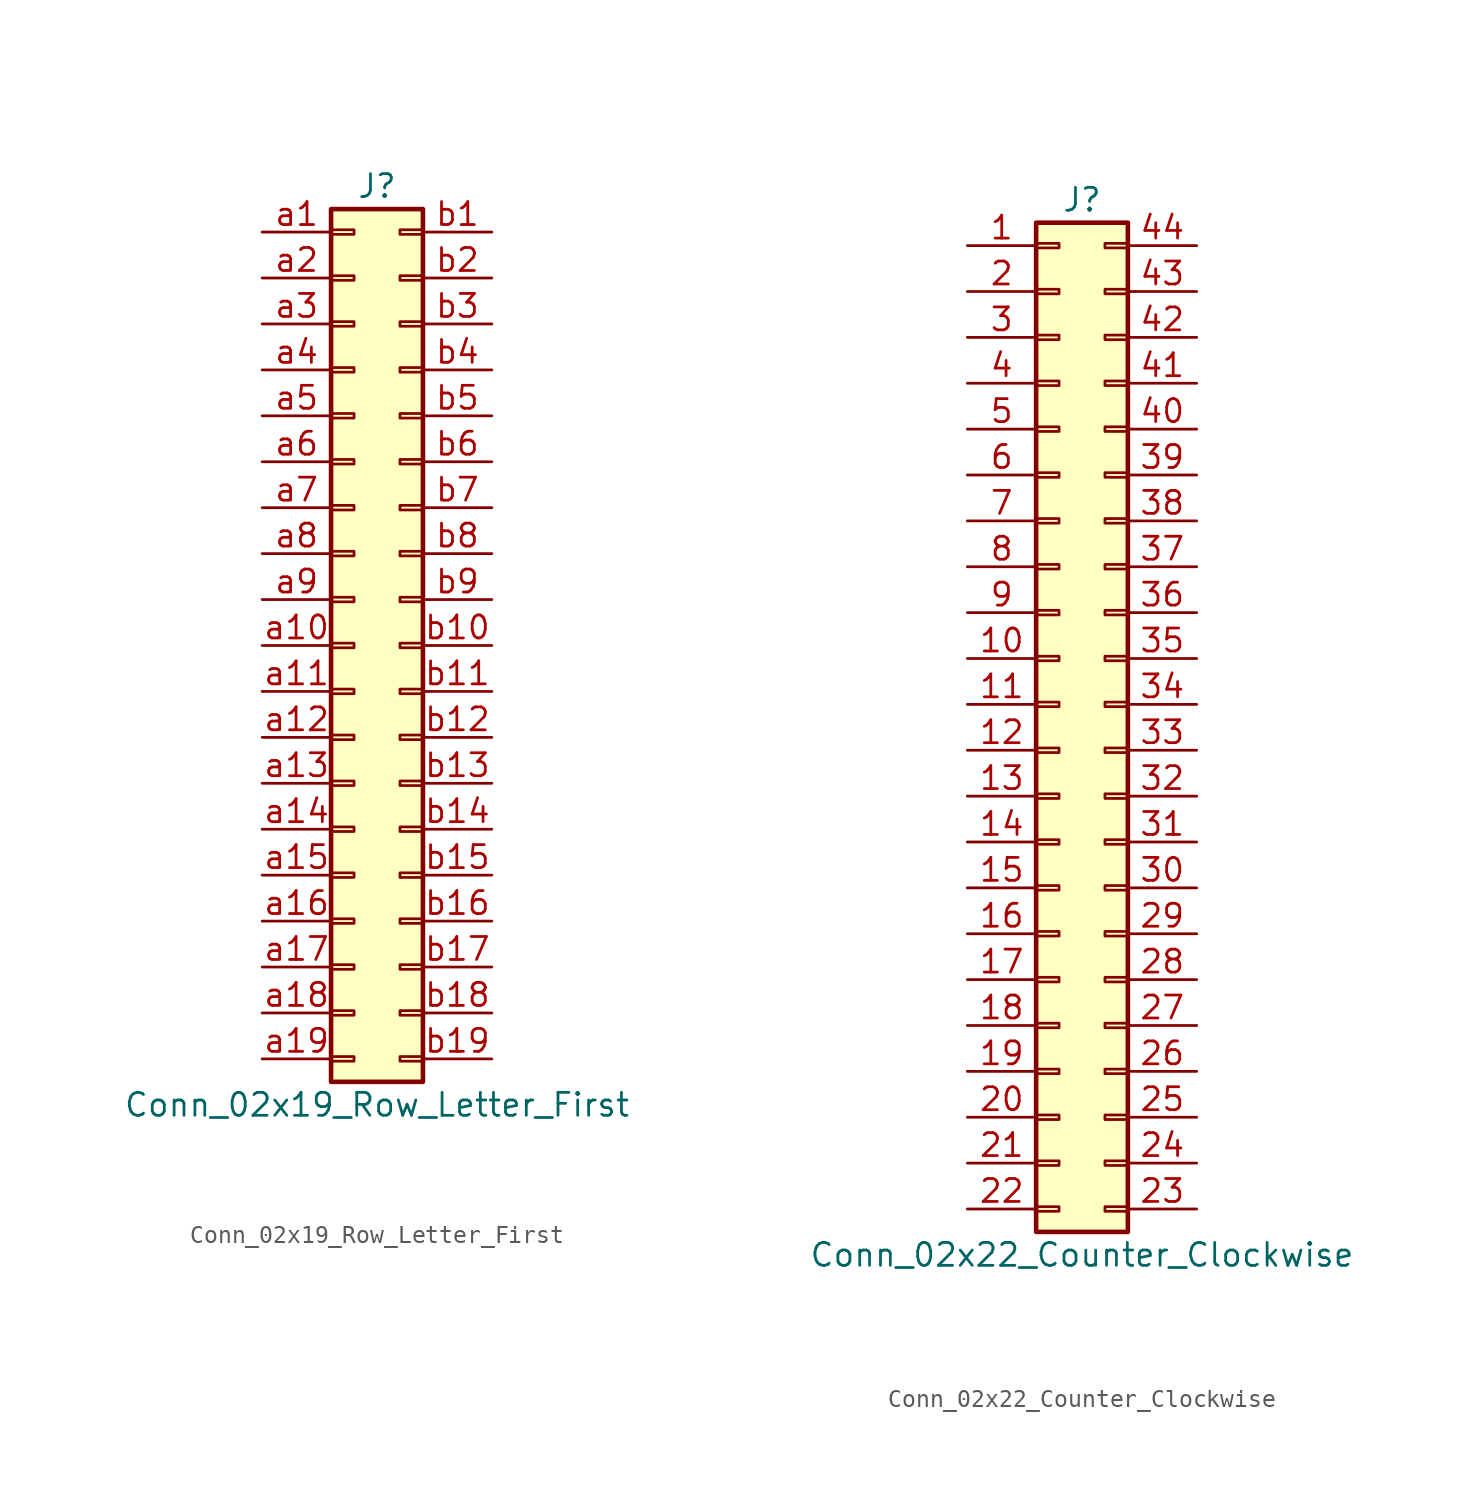
<source format=kicad_sym>
(kicad_symbol_lib
  (version 20201005)
  (generator kicad_symbol_editor)
  (symbol "Connector_Generic:Conn_02x19_Row_Letter_First"
    (pin_names
      (offset 1.016) hide)
    (property "Reference" "J"
      (at 1.27 25.4 0)
      (effects (font (size 1.27 1.27))))
    (property "Value" "Conn_02x19_Row_Letter_First"
      (at 1.27 -25.4 0)
      (effects (font (size 1.27 1.27))))
    (symbol "Conn_02x19_Row_Letter_First_1_1"
      (rectangle (start -1.27 -4.953) (end 0 -5.207) (stroke (width 0.152)) (fill (type none)))
      (rectangle (start -1.27 -7.493) (end 0 -7.747) (stroke (width 0.152)) (fill (type none)))
      (rectangle (start -1.27 -10.033) (end 0 -10.287) (stroke (width 0.152)) (fill (type none)))
      (rectangle (start -1.27 -12.573) (end 0 -12.827) (stroke (width 0.152)) (fill (type none)))
      (rectangle (start -1.27 -15.113) (end 0 -15.367) (stroke (width 0.152)) (fill (type none)))
      (rectangle (start -1.27 -17.653) (end 0 -17.907) (stroke (width 0.152)) (fill (type none)))
      (rectangle (start -1.27 -20.193) (end 0 -20.447) (stroke (width 0.152)) (fill (type none)))
      (rectangle (start -1.27 -22.733) (end 0 -22.987) (stroke (width 0.152)) (fill (type none)))
      (rectangle (start -1.27 -2.413) (end 0 -2.667) (stroke (width 0.152)) (fill (type none)))
      (rectangle (start -1.27 2.667) (end 0 2.413) (stroke (width 0.152)) (fill (type none)))
      (rectangle (start -1.27 5.207) (end 0 4.953) (stroke (width 0.152)) (fill (type none)))
      (rectangle (start -1.27 7.747) (end 0 7.493) (stroke (width 0.152)) (fill (type none)))
      (rectangle (start -1.27 10.287) (end 0 10.033) (stroke (width 0.152)) (fill (type none)))
      (rectangle (start -1.27 0.127) (end 0 -0.127) (stroke (width 0.152)) (fill (type none)))
      (rectangle (start -1.27 12.827) (end 0 12.573) (stroke (width 0.152)) (fill (type none)))
      (rectangle (start -1.27 15.367) (end 0 15.113) (stroke (width 0.152)) (fill (type none)))
      (rectangle (start -1.27 17.907) (end 0 17.653) (stroke (width 0.152)) (fill (type none)))
      (rectangle (start -1.27 20.447) (end 0 20.193) (stroke (width 0.152)) (fill (type none)))
      (rectangle (start -1.27 22.987) (end 0 22.733) (stroke (width 0.152)) (fill (type none)))
      (rectangle (start -1.27 24.13) (end 3.81 -24.13) (stroke (width 0.254)) (fill (type background)))
      (rectangle (start 3.81 -4.953) (end 2.54 -5.207) (stroke (width 0.152)) (fill (type none)))
      (rectangle (start 3.81 -7.493) (end 2.54 -7.747) (stroke (width 0.152)) (fill (type none)))
      (rectangle (start 3.81 -10.033) (end 2.54 -10.287) (stroke (width 0.152)) (fill (type none)))
      (rectangle (start 3.81 -12.573) (end 2.54 -12.827) (stroke (width 0.152)) (fill (type none)))
      (rectangle (start 3.81 -15.113) (end 2.54 -15.367) (stroke (width 0.152)) (fill (type none)))
      (rectangle (start 3.81 -17.653) (end 2.54 -17.907) (stroke (width 0.152)) (fill (type none)))
      (rectangle (start 3.81 -20.193) (end 2.54 -20.447) (stroke (width 0.152)) (fill (type none)))
      (rectangle (start 3.81 -22.733) (end 2.54 -22.987) (stroke (width 0.152)) (fill (type none)))
      (rectangle (start 3.81 -2.413) (end 2.54 -2.667) (stroke (width 0.152)) (fill (type none)))
      (rectangle (start 3.81 2.667) (end 2.54 2.413) (stroke (width 0.152)) (fill (type none)))
      (rectangle (start 3.81 5.207) (end 2.54 4.953) (stroke (width 0.152)) (fill (type none)))
      (rectangle (start 3.81 7.747) (end 2.54 7.493) (stroke (width 0.152)) (fill (type none)))
      (rectangle (start 3.81 10.287) (end 2.54 10.033) (stroke (width 0.152)) (fill (type none)))
      (rectangle (start 3.81 0.127) (end 2.54 -0.127) (stroke (width 0.152)) (fill (type none)))
      (rectangle (start 3.81 12.827) (end 2.54 12.573) (stroke (width 0.152)) (fill (type none)))
      (rectangle (start 3.81 15.367) (end 2.54 15.113) (stroke (width 0.152)) (fill (type none)))
      (rectangle (start 3.81 17.907) (end 2.54 17.653) (stroke (width 0.152)) (fill (type none)))
      (rectangle (start 3.81 20.447) (end 2.54 20.193) (stroke (width 0.152)) (fill (type none)))
      (rectangle (start 3.81 22.987) (end 2.54 22.733) (stroke (width 0.152)) (fill (type none)))
      (pin passive line (at -5.08 22.86 0) (length 3.81) (name "Pin_a1" (effects (font (size 1.27 1.27)))) (number "a1" (effects (font (size 1.27 1.27)))))
      (pin passive line (at -5.08 0 0) (length 3.81) (name "Pin_a10" (effects (font (size 1.27 1.27)))) (number "a10" (effects (font (size 1.27 1.27)))))
      (pin passive line (at -5.08 -2.54 0) (length 3.81) (name "Pin_a11" (effects (font (size 1.27 1.27)))) (number "a11" (effects (font (size 1.27 1.27)))))
      (pin passive line (at -5.08 -5.08 0) (length 3.81) (name "Pin_a12" (effects (font (size 1.27 1.27)))) (number "a12" (effects (font (size 1.27 1.27)))))
      (pin passive line (at -5.08 -7.62 0) (length 3.81) (name "Pin_a13" (effects (font (size 1.27 1.27)))) (number "a13" (effects (font (size 1.27 1.27)))))
      (pin passive line (at -5.08 -10.16 0) (length 3.81) (name "Pin_a14" (effects (font (size 1.27 1.27)))) (number "a14" (effects (font (size 1.27 1.27)))))
      (pin passive line (at -5.08 -12.7 0) (length 3.81) (name "Pin_a15" (effects (font (size 1.27 1.27)))) (number "a15" (effects (font (size 1.27 1.27)))))
      (pin passive line (at -5.08 -15.24 0) (length 3.81) (name "Pin_a16" (effects (font (size 1.27 1.27)))) (number "a16" (effects (font (size 1.27 1.27)))))
      (pin passive line (at -5.08 -17.78 0) (length 3.81) (name "Pin_a17" (effects (font (size 1.27 1.27)))) (number "a17" (effects (font (size 1.27 1.27)))))
      (pin passive line (at -5.08 -20.32 0) (length 3.81) (name "Pin_a18" (effects (font (size 1.27 1.27)))) (number "a18" (effects (font (size 1.27 1.27)))))
      (pin passive line (at -5.08 -22.86 0) (length 3.81) (name "Pin_a19" (effects (font (size 1.27 1.27)))) (number "a19" (effects (font (size 1.27 1.27)))))
      (pin passive line (at -5.08 20.32 0) (length 3.81) (name "Pin_a2" (effects (font (size 1.27 1.27)))) (number "a2" (effects (font (size 1.27 1.27)))))
      (pin passive line (at -5.08 17.78 0) (length 3.81) (name "Pin_a3" (effects (font (size 1.27 1.27)))) (number "a3" (effects (font (size 1.27 1.27)))))
      (pin passive line (at -5.08 15.24 0) (length 3.81) (name "Pin_a4" (effects (font (size 1.27 1.27)))) (number "a4" (effects (font (size 1.27 1.27)))))
      (pin passive line (at -5.08 12.7 0) (length 3.81) (name "Pin_a5" (effects (font (size 1.27 1.27)))) (number "a5" (effects (font (size 1.27 1.27)))))
      (pin passive line (at -5.08 10.16 0) (length 3.81) (name "Pin_a6" (effects (font (size 1.27 1.27)))) (number "a6" (effects (font (size 1.27 1.27)))))
      (pin passive line (at -5.08 7.62 0) (length 3.81) (name "Pin_a7" (effects (font (size 1.27 1.27)))) (number "a7" (effects (font (size 1.27 1.27)))))
      (pin passive line (at -5.08 5.08 0) (length 3.81) (name "Pin_a8" (effects (font (size 1.27 1.27)))) (number "a8" (effects (font (size 1.27 1.27)))))
      (pin passive line (at -5.08 2.54 0) (length 3.81) (name "Pin_a9" (effects (font (size 1.27 1.27)))) (number "a9" (effects (font (size 1.27 1.27)))))
      (pin passive line (at 7.62 22.86 180) (length 3.81) (name "Pin_b1" (effects (font (size 1.27 1.27)))) (number "b1" (effects (font (size 1.27 1.27)))))
      (pin passive line (at 7.62 0 180) (length 3.81) (name "Pin_b10" (effects (font (size 1.27 1.27)))) (number "b10" (effects (font (size 1.27 1.27)))))
      (pin passive line (at 7.62 -2.54 180) (length 3.81) (name "Pin_b11" (effects (font (size 1.27 1.27)))) (number "b11" (effects (font (size 1.27 1.27)))))
      (pin passive line (at 7.62 -5.08 180) (length 3.81) (name "Pin_b12" (effects (font (size 1.27 1.27)))) (number "b12" (effects (font (size 1.27 1.27)))))
      (pin passive line (at 7.62 -7.62 180) (length 3.81) (name "Pin_b13" (effects (font (size 1.27 1.27)))) (number "b13" (effects (font (size 1.27 1.27)))))
      (pin passive line (at 7.62 -10.16 180) (length 3.81) (name "Pin_b14" (effects (font (size 1.27 1.27)))) (number "b14" (effects (font (size 1.27 1.27)))))
      (pin passive line (at 7.62 -12.7 180) (length 3.81) (name "Pin_b15" (effects (font (size 1.27 1.27)))) (number "b15" (effects (font (size 1.27 1.27)))))
      (pin passive line (at 7.62 -15.24 180) (length 3.81) (name "Pin_b16" (effects (font (size 1.27 1.27)))) (number "b16" (effects (font (size 1.27 1.27)))))
      (pin passive line (at 7.62 -17.78 180) (length 3.81) (name "Pin_b17" (effects (font (size 1.27 1.27)))) (number "b17" (effects (font (size 1.27 1.27)))))
      (pin passive line (at 7.62 -20.32 180) (length 3.81) (name "Pin_b18" (effects (font (size 1.27 1.27)))) (number "b18" (effects (font (size 1.27 1.27)))))
      (pin passive line (at 7.62 -22.86 180) (length 3.81) (name "Pin_b19" (effects (font (size 1.27 1.27)))) (number "b19" (effects (font (size 1.27 1.27)))))
      (pin passive line (at 7.62 20.32 180) (length 3.81) (name "Pin_b2" (effects (font (size 1.27 1.27)))) (number "b2" (effects (font (size 1.27 1.27)))))
      (pin passive line (at 7.62 17.78 180) (length 3.81) (name "Pin_b3" (effects (font (size 1.27 1.27)))) (number "b3" (effects (font (size 1.27 1.27)))))
      (pin passive line (at 7.62 15.24 180) (length 3.81) (name "Pin_b4" (effects (font (size 1.27 1.27)))) (number "b4" (effects (font (size 1.27 1.27)))))
      (pin passive line (at 7.62 12.7 180) (length 3.81) (name "Pin_b5" (effects (font (size 1.27 1.27)))) (number "b5" (effects (font (size 1.27 1.27)))))
      (pin passive line (at 7.62 10.16 180) (length 3.81) (name "Pin_b6" (effects (font (size 1.27 1.27)))) (number "b6" (effects (font (size 1.27 1.27)))))
      (pin passive line (at 7.62 7.62 180) (length 3.81) (name "Pin_b7" (effects (font (size 1.27 1.27)))) (number "b7" (effects (font (size 1.27 1.27)))))
      (pin passive line (at 7.62 5.08 180) (length 3.81) (name "Pin_b8" (effects (font (size 1.27 1.27)))) (number "b8" (effects (font (size 1.27 1.27)))))
      (pin passive line (at 7.62 2.54 180) (length 3.81) (name "Pin_b9" (effects (font (size 1.27 1.27)))) (number "b9" (effects (font (size 1.27 1.27)))))))
  (symbol "Connector_Generic:Conn_02x22_Counter_Clockwise"
    (pin_names
      (offset 1.016) hide)
    (property "Reference" "J"
      (at 1.27 27.94 0)
      (effects (font (size 1.27 1.27))))
    (property "Value" "Conn_02x22_Counter_Clockwise"
      (at 1.27 -30.48 0)
      (effects (font (size 1.27 1.27))))
    (symbol "Conn_02x22_Counter_Clockwise_1_1"
      (rectangle (start -1.27 -27.813) (end 0 -28.067) (stroke (width 0.152)) (fill (type none)))
      (rectangle (start -1.27 -4.953) (end 0 -5.207) (stroke (width 0.152)) (fill (type none)))
      (rectangle (start -1.27 -7.493) (end 0 -7.747) (stroke (width 0.152)) (fill (type none)))
      (rectangle (start -1.27 -10.033) (end 0 -10.287) (stroke (width 0.152)) (fill (type none)))
      (rectangle (start -1.27 -12.573) (end 0 -12.827) (stroke (width 0.152)) (fill (type none)))
      (rectangle (start -1.27 -15.113) (end 0 -15.367) (stroke (width 0.152)) (fill (type none)))
      (rectangle (start -1.27 -17.653) (end 0 -17.907) (stroke (width 0.152)) (fill (type none)))
      (rectangle (start -1.27 -20.193) (end 0 -20.447) (stroke (width 0.152)) (fill (type none)))
      (rectangle (start -1.27 -22.733) (end 0 -22.987) (stroke (width 0.152)) (fill (type none)))
      (rectangle (start -1.27 -2.413) (end 0 -2.667) (stroke (width 0.152)) (fill (type none)))
      (rectangle (start -1.27 -25.273) (end 0 -25.527) (stroke (width 0.152)) (fill (type none)))
      (rectangle (start -1.27 25.527) (end 0 25.273) (stroke (width 0.152)) (fill (type none)))
      (rectangle (start -1.27 2.667) (end 0 2.413) (stroke (width 0.152)) (fill (type none)))
      (rectangle (start -1.27 26.67) (end 3.81 -29.21) (stroke (width 0.254)) (fill (type background)))
      (rectangle (start -1.27 5.207) (end 0 4.953) (stroke (width 0.152)) (fill (type none)))
      (rectangle (start -1.27 7.747) (end 0 7.493) (stroke (width 0.152)) (fill (type none)))
      (rectangle (start -1.27 10.287) (end 0 10.033) (stroke (width 0.152)) (fill (type none)))
      (rectangle (start -1.27 0.127) (end 0 -0.127) (stroke (width 0.152)) (fill (type none)))
      (rectangle (start -1.27 12.827) (end 0 12.573) (stroke (width 0.152)) (fill (type none)))
      (rectangle (start -1.27 15.367) (end 0 15.113) (stroke (width 0.152)) (fill (type none)))
      (rectangle (start -1.27 17.907) (end 0 17.653) (stroke (width 0.152)) (fill (type none)))
      (rectangle (start -1.27 20.447) (end 0 20.193) (stroke (width 0.152)) (fill (type none)))
      (rectangle (start -1.27 22.987) (end 0 22.733) (stroke (width 0.152)) (fill (type none)))
      (rectangle (start 3.81 -27.813) (end 2.54 -28.067) (stroke (width 0.152)) (fill (type none)))
      (rectangle (start 3.81 -4.953) (end 2.54 -5.207) (stroke (width 0.152)) (fill (type none)))
      (rectangle (start 3.81 -7.493) (end 2.54 -7.747) (stroke (width 0.152)) (fill (type none)))
      (rectangle (start 3.81 -10.033) (end 2.54 -10.287) (stroke (width 0.152)) (fill (type none)))
      (rectangle (start 3.81 -12.573) (end 2.54 -12.827) (stroke (width 0.152)) (fill (type none)))
      (rectangle (start 3.81 -15.113) (end 2.54 -15.367) (stroke (width 0.152)) (fill (type none)))
      (rectangle (start 3.81 -17.653) (end 2.54 -17.907) (stroke (width 0.152)) (fill (type none)))
      (rectangle (start 3.81 -20.193) (end 2.54 -20.447) (stroke (width 0.152)) (fill (type none)))
      (rectangle (start 3.81 -22.733) (end 2.54 -22.987) (stroke (width 0.152)) (fill (type none)))
      (rectangle (start 3.81 -2.413) (end 2.54 -2.667) (stroke (width 0.152)) (fill (type none)))
      (rectangle (start 3.81 -25.273) (end 2.54 -25.527) (stroke (width 0.152)) (fill (type none)))
      (rectangle (start 3.81 25.527) (end 2.54 25.273) (stroke (width 0.152)) (fill (type none)))
      (rectangle (start 3.81 2.667) (end 2.54 2.413) (stroke (width 0.152)) (fill (type none)))
      (rectangle (start 3.81 5.207) (end 2.54 4.953) (stroke (width 0.152)) (fill (type none)))
      (rectangle (start 3.81 7.747) (end 2.54 7.493) (stroke (width 0.152)) (fill (type none)))
      (rectangle (start 3.81 10.287) (end 2.54 10.033) (stroke (width 0.152)) (fill (type none)))
      (rectangle (start 3.81 0.127) (end 2.54 -0.127) (stroke (width 0.152)) (fill (type none)))
      (rectangle (start 3.81 12.827) (end 2.54 12.573) (stroke (width 0.152)) (fill (type none)))
      (rectangle (start 3.81 15.367) (end 2.54 15.113) (stroke (width 0.152)) (fill (type none)))
      (rectangle (start 3.81 17.907) (end 2.54 17.653) (stroke (width 0.152)) (fill (type none)))
      (rectangle (start 3.81 20.447) (end 2.54 20.193) (stroke (width 0.152)) (fill (type none)))
      (rectangle (start 3.81 22.987) (end 2.54 22.733) (stroke (width 0.152)) (fill (type none)))
      (pin passive line (at -5.08 25.4 0) (length 3.81) (name "Pin_1" (effects (font (size 1.27 1.27)))) (number "1" (effects (font (size 1.27 1.27)))))
      (pin passive line (at -5.08 2.54 0) (length 3.81) (name "Pin_10" (effects (font (size 1.27 1.27)))) (number "10" (effects (font (size 1.27 1.27)))))
      (pin passive line (at -5.08 0 0) (length 3.81) (name "Pin_11" (effects (font (size 1.27 1.27)))) (number "11" (effects (font (size 1.27 1.27)))))
      (pin passive line (at -5.08 -2.54 0) (length 3.81) (name "Pin_12" (effects (font (size 1.27 1.27)))) (number "12" (effects (font (size 1.27 1.27)))))
      (pin passive line (at -5.08 -5.08 0) (length 3.81) (name "Pin_13" (effects (font (size 1.27 1.27)))) (number "13" (effects (font (size 1.27 1.27)))))
      (pin passive line (at -5.08 -7.62 0) (length 3.81) (name "Pin_14" (effects (font (size 1.27 1.27)))) (number "14" (effects (font (size 1.27 1.27)))))
      (pin passive line (at -5.08 -10.16 0) (length 3.81) (name "Pin_15" (effects (font (size 1.27 1.27)))) (number "15" (effects (font (size 1.27 1.27)))))
      (pin passive line (at -5.08 -12.7 0) (length 3.81) (name "Pin_16" (effects (font (size 1.27 1.27)))) (number "16" (effects (font (size 1.27 1.27)))))
      (pin passive line (at -5.08 -15.24 0) (length 3.81) (name "Pin_17" (effects (font (size 1.27 1.27)))) (number "17" (effects (font (size 1.27 1.27)))))
      (pin passive line (at -5.08 -17.78 0) (length 3.81) (name "Pin_18" (effects (font (size 1.27 1.27)))) (number "18" (effects (font (size 1.27 1.27)))))
      (pin passive line (at -5.08 -20.32 0) (length 3.81) (name "Pin_19" (effects (font (size 1.27 1.27)))) (number "19" (effects (font (size 1.27 1.27)))))
      (pin passive line (at -5.08 22.86 0) (length 3.81) (name "Pin_2" (effects (font (size 1.27 1.27)))) (number "2" (effects (font (size 1.27 1.27)))))
      (pin passive line (at -5.08 -22.86 0) (length 3.81) (name "Pin_20" (effects (font (size 1.27 1.27)))) (number "20" (effects (font (size 1.27 1.27)))))
      (pin passive line (at -5.08 -25.4 0) (length 3.81) (name "Pin_21" (effects (font (size 1.27 1.27)))) (number "21" (effects (font (size 1.27 1.27)))))
      (pin passive line (at -5.08 -27.94 0) (length 3.81) (name "Pin_22" (effects (font (size 1.27 1.27)))) (number "22" (effects (font (size 1.27 1.27)))))
      (pin passive line (at 7.62 -27.94 180) (length 3.81) (name "Pin_23" (effects (font (size 1.27 1.27)))) (number "23" (effects (font (size 1.27 1.27)))))
      (pin passive line (at 7.62 -25.4 180) (length 3.81) (name "Pin_24" (effects (font (size 1.27 1.27)))) (number "24" (effects (font (size 1.27 1.27)))))
      (pin passive line (at 7.62 -22.86 180) (length 3.81) (name "Pin_25" (effects (font (size 1.27 1.27)))) (number "25" (effects (font (size 1.27 1.27)))))
      (pin passive line (at 7.62 -20.32 180) (length 3.81) (name "Pin_26" (effects (font (size 1.27 1.27)))) (number "26" (effects (font (size 1.27 1.27)))))
      (pin passive line (at 7.62 -17.78 180) (length 3.81) (name "Pin_27" (effects (font (size 1.27 1.27)))) (number "27" (effects (font (size 1.27 1.27)))))
      (pin passive line (at 7.62 -15.24 180) (length 3.81) (name "Pin_28" (effects (font (size 1.27 1.27)))) (number "28" (effects (font (size 1.27 1.27)))))
      (pin passive line (at 7.62 -12.7 180) (length 3.81) (name "Pin_29" (effects (font (size 1.27 1.27)))) (number "29" (effects (font (size 1.27 1.27)))))
      (pin passive line (at -5.08 20.32 0) (length 3.81) (name "Pin_3" (effects (font (size 1.27 1.27)))) (number "3" (effects (font (size 1.27 1.27)))))
      (pin passive line (at 7.62 -10.16 180) (length 3.81) (name "Pin_30" (effects (font (size 1.27 1.27)))) (number "30" (effects (font (size 1.27 1.27)))))
      (pin passive line (at 7.62 -7.62 180) (length 3.81) (name "Pin_31" (effects (font (size 1.27 1.27)))) (number "31" (effects (font (size 1.27 1.27)))))
      (pin passive line (at 7.62 -5.08 180) (length 3.81) (name "Pin_32" (effects (font (size 1.27 1.27)))) (number "32" (effects (font (size 1.27 1.27)))))
      (pin passive line (at 7.62 -2.54 180) (length 3.81) (name "Pin_33" (effects (font (size 1.27 1.27)))) (number "33" (effects (font (size 1.27 1.27)))))
      (pin passive line (at 7.62 0 180) (length 3.81) (name "Pin_34" (effects (font (size 1.27 1.27)))) (number "34" (effects (font (size 1.27 1.27)))))
      (pin passive line (at 7.62 2.54 180) (length 3.81) (name "Pin_35" (effects (font (size 1.27 1.27)))) (number "35" (effects (font (size 1.27 1.27)))))
      (pin passive line (at 7.62 5.08 180) (length 3.81) (name "Pin_36" (effects (font (size 1.27 1.27)))) (number "36" (effects (font (size 1.27 1.27)))))
      (pin passive line (at 7.62 7.62 180) (length 3.81) (name "Pin_37" (effects (font (size 1.27 1.27)))) (number "37" (effects (font (size 1.27 1.27)))))
      (pin passive line (at 7.62 10.16 180) (length 3.81) (name "Pin_38" (effects (font (size 1.27 1.27)))) (number "38" (effects (font (size 1.27 1.27)))))
      (pin passive line (at 7.62 12.7 180) (length 3.81) (name "Pin_39" (effects (font (size 1.27 1.27)))) (number "39" (effects (font (size 1.27 1.27)))))
      (pin passive line (at -5.08 17.78 0) (length 3.81) (name "Pin_4" (effects (font (size 1.27 1.27)))) (number "4" (effects (font (size 1.27 1.27)))))
      (pin passive line (at 7.62 15.24 180) (length 3.81) (name "Pin_40" (effects (font (size 1.27 1.27)))) (number "40" (effects (font (size 1.27 1.27)))))
      (pin passive line (at 7.62 17.78 180) (length 3.81) (name "Pin_41" (effects (font (size 1.27 1.27)))) (number "41" (effects (font (size 1.27 1.27)))))
      (pin passive line (at 7.62 20.32 180) (length 3.81) (name "Pin_42" (effects (font (size 1.27 1.27)))) (number "42" (effects (font (size 1.27 1.27)))))
      (pin passive line (at 7.62 22.86 180) (length 3.81) (name "Pin_43" (effects (font (size 1.27 1.27)))) (number "43" (effects (font (size 1.27 1.27)))))
      (pin passive line (at 7.62 25.4 180) (length 3.81) (name "Pin_44" (effects (font (size 1.27 1.27)))) (number "44" (effects (font (size 1.27 1.27)))))
      (pin passive line (at -5.08 15.24 0) (length 3.81) (name "Pin_5" (effects (font (size 1.27 1.27)))) (number "5" (effects (font (size 1.27 1.27)))))
      (pin passive line (at -5.08 12.7 0) (length 3.81) (name "Pin_6" (effects (font (size 1.27 1.27)))) (number "6" (effects (font (size 1.27 1.27)))))
      (pin passive line (at -5.08 10.16 0) (length 3.81) (name "Pin_7" (effects (font (size 1.27 1.27)))) (number "7" (effects (font (size 1.27 1.27)))))
      (pin passive line (at -5.08 7.62 0) (length 3.81) (name "Pin_8" (effects (font (size 1.27 1.27)))) (number "8" (effects (font (size 1.27 1.27)))))
      (pin passive line (at -5.08 5.08 0) (length 3.81) (name "Pin_9" (effects (font (size 1.27 1.27)))) (number "9" (effects (font (size 1.27 1.27))))))))
</source>
